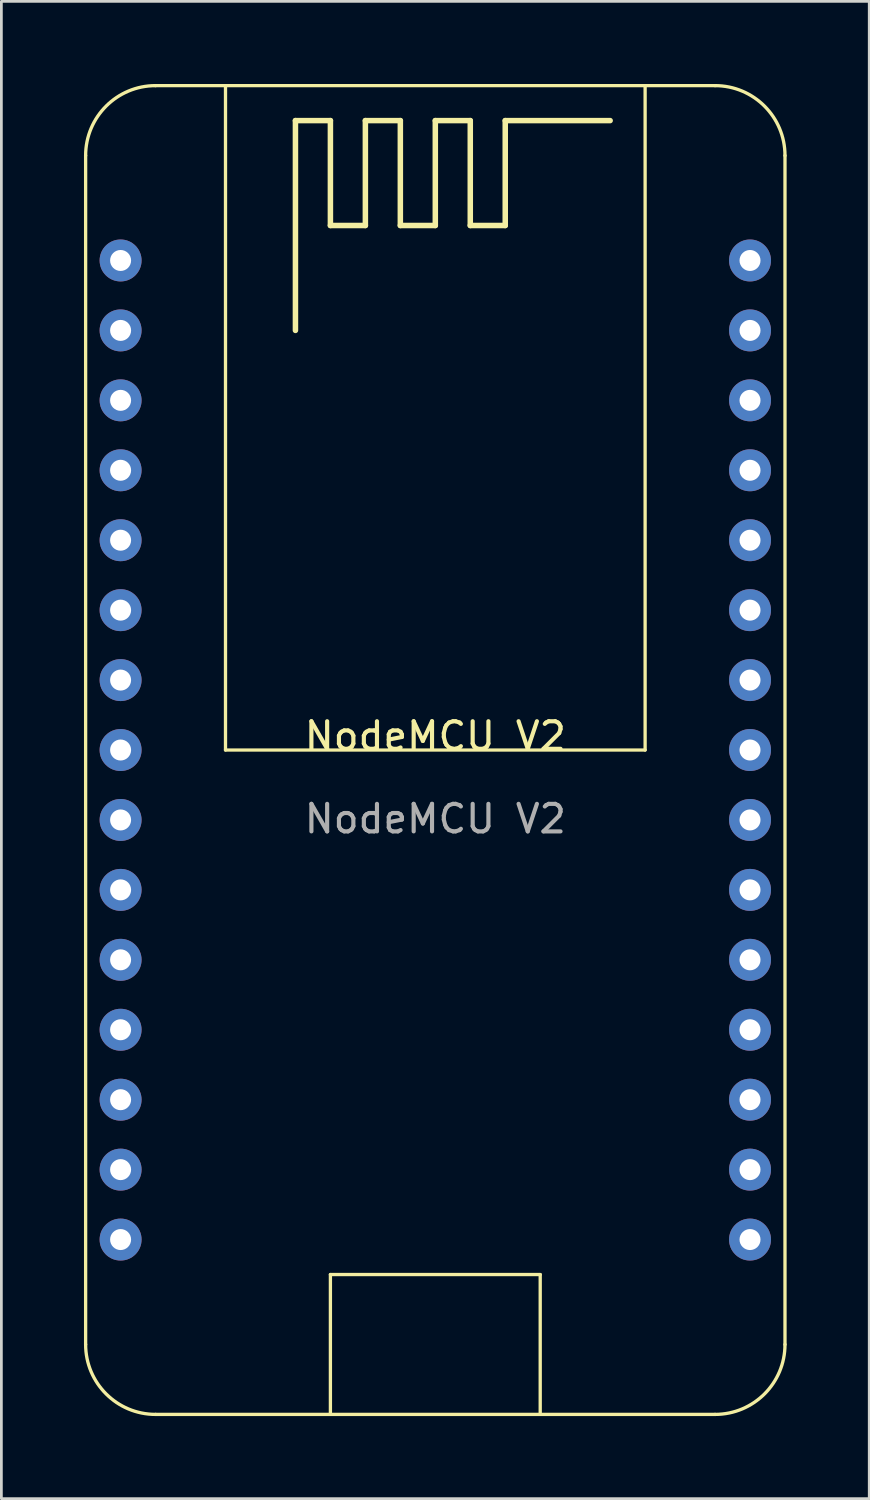
<source format=kicad_pcb>
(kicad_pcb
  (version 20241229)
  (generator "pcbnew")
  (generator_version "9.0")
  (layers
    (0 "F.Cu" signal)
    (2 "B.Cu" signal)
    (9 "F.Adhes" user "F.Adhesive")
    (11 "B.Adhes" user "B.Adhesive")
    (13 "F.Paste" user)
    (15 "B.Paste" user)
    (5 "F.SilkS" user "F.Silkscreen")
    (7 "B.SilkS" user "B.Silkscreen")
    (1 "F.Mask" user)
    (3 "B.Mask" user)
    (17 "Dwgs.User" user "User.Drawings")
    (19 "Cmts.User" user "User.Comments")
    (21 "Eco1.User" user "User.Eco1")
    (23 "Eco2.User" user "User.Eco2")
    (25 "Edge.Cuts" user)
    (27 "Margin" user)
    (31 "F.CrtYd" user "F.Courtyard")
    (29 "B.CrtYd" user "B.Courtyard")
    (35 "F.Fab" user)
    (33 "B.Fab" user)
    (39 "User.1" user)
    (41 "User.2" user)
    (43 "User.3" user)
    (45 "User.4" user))
  (footprint "NodeMCU V2"
    (layer "F.Cu")
    (at 12.76 24.19)
    (property "Reference" "NodeMCU V2" (at 0 -0.5 0) (unlocked yes) (layer "F.SilkS") (effects (font (size 1 1) (thickness 0.15))))
    (fp_line (start -12.7 -21.59) (end -12.7 21.59) (stroke (width 0.12) (type solid)) (layer "F.SilkS"))
    (fp_line (start -10.16 24.13) (end 10.16 24.13) (stroke (width 0.12) (type solid)) (layer "F.SilkS"))
    (fp_line (start -7.62 -24.13) (end -7.62 0) (stroke (width 0.12) (type solid)) (layer "F.SilkS"))
    (fp_line (start -7.62 0) (end 7.62 0) (stroke (width 0.12) (type solid)) (layer "F.SilkS"))
    (fp_line (start -5.08 -22.86) (end -5.08 -15.24) (stroke (width 0.2) (type solid)) (layer "F.SilkS"))
    (fp_line (start -3.81 -22.86) (end -5.08 -22.86) (stroke (width 0.2) (type solid)) (layer "F.SilkS"))
    (fp_line (start -3.81 -19.05) (end -3.81 -22.86) (stroke (width 0.2) (type solid)) (layer "F.SilkS"))
    (fp_line (start -3.81 19.05) (end 3.81 19.05) (stroke (width 0.12) (type solid)) (layer "F.SilkS"))
    (fp_line (start -3.81 24.13) (end -3.81 19.05) (stroke (width 0.12) (type solid)) (layer "F.SilkS"))
    (fp_line (start -2.54 -22.86) (end -2.54 -19.05) (stroke (width 0.2) (type solid)) (layer "F.SilkS"))
    (fp_line (start -2.54 -19.05) (end -3.81 -19.05) (stroke (width 0.2) (type solid)) (layer "F.SilkS"))
    (fp_line (start -1.27 -22.86) (end -2.54 -22.86) (stroke (width 0.2) (type solid)) (layer "F.SilkS"))
    (fp_line (start -1.27 -19.05) (end -1.27 -22.86) (stroke (width 0.2) (type solid)) (layer "F.SilkS"))
    (fp_line (start 0 -22.86) (end 0 -19.05) (stroke (width 0.2) (type solid)) (layer "F.SilkS"))
    (fp_line (start 0 -19.05) (end -1.27 -19.05) (stroke (width 0.2) (type solid)) (layer "F.SilkS"))
    (fp_line (start 1.27 -22.86) (end 0 -22.86) (stroke (width 0.2) (type solid)) (layer "F.SilkS"))
    (fp_line (start 1.27 -19.05) (end 1.27 -22.86) (stroke (width 0.2) (type solid)) (layer "F.SilkS"))
    (fp_line (start 2.54 -22.86) (end 2.54 -19.05) (stroke (width 0.2) (type solid)) (layer "F.SilkS"))
    (fp_line (start 2.54 -22.86) (end 6.35 -22.86) (stroke (width 0.2) (type solid)) (layer "F.SilkS"))
    (fp_line (start 2.54 -19.05) (end 1.27 -19.05) (stroke (width 0.2) (type solid)) (layer "F.SilkS"))
    (fp_line (start 3.81 19.05) (end 3.81 24.13) (stroke (width 0.12) (type solid)) (layer "F.SilkS"))
    (fp_line (start 7.62 0) (end 7.62 -24.13) (stroke (width 0.12) (type solid)) (layer "F.SilkS"))
    (fp_line (start 10.16 -24.13) (end -10.16 -24.13) (stroke (width 0.12) (type solid)) (layer "F.SilkS"))
    (fp_line (start 12.7 21.59) (end 12.7 -21.59) (stroke (width 0.12) (type solid)) (layer "F.SilkS"))
    (fp_arc (start -12.7 -21.59) (mid -11.956051 -23.386051) (end -10.16 -24.13) (stroke (width 0.12) (type solid)) (layer "F.SilkS"))
    (fp_arc (start -10.16 24.13) (mid -11.956051 23.386051) (end -12.7 21.59) (stroke (width 0.12) (type solid)) (layer "F.SilkS"))
    (fp_arc (start 10.16 -24.13) (mid 11.956051 -23.386051) (end 12.7 -21.59) (stroke (width 0.12) (type solid)) (layer "F.SilkS"))
    (fp_arc (start 12.7 21.59) (mid 11.956051 23.386051) (end 10.16 24.13) (stroke (width 0.12) (type solid)) (layer "F.SilkS"))
    (fp_text user "${REFERENCE}" (at 0 2.5 0) (unlocked yes) (layer "F.Fab") (effects (font (size 1 1) (thickness 0.15))))
    (pad "1" thru_hole circle (at -11.43 -17.78) (size 1.524 1.524) (drill 0.762) (layers "*.Cu" "*.Mask"))
    (pad "2" thru_hole circle (at -11.43 -15.24) (size 1.524 1.524) (drill 0.762) (layers "*.Cu" "*.Mask"))
    (pad "3" thru_hole circle (at -11.43 -12.7) (size 1.524 1.524) (drill 0.762) (layers "*.Cu" "*.Mask"))
    (pad "4" thru_hole circle (at -11.43 -10.16) (size 1.524 1.524) (drill 0.762) (layers "*.Cu" "*.Mask"))
    (pad "5" thru_hole circle (at -11.43 -7.62) (size 1.524 1.524) (drill 0.762) (layers "*.Cu" "*.Mask"))
    (pad "6" thru_hole circle (at -11.43 -5.08) (size 1.524 1.524) (drill 0.762) (layers "*.Cu" "*.Mask"))
    (pad "7" thru_hole circle (at -11.43 -2.54) (size 1.524 1.524) (drill 0.762) (layers "*.Cu" "*.Mask"))
    (pad "8" thru_hole circle (at -11.43 0) (size 1.524 1.524) (drill 0.762) (layers "*.Cu" "*.Mask"))
    (pad "9" thru_hole circle (at -11.43 2.54) (size 1.524 1.524) (drill 0.762) (layers "*.Cu" "*.Mask"))
    (pad "10" thru_hole circle (at -11.43 5.08) (size 1.524 1.524) (drill 0.762) (layers "*.Cu" "*.Mask"))
    (pad "11" thru_hole circle (at -11.43 7.62) (size 1.524 1.524) (drill 0.762) (layers "*.Cu" "*.Mask"))
    (pad "12" thru_hole circle (at -11.43 10.16) (size 1.524 1.524) (drill 0.762) (layers "*.Cu" "*.Mask"))
    (pad "13" thru_hole circle (at -11.43 12.7) (size 1.524 1.524) (drill 0.762) (layers "*.Cu" "*.Mask"))
    (pad "14" thru_hole circle (at -11.43 15.24) (size 1.524 1.524) (drill 0.762) (layers "*.Cu" "*.Mask"))
    (pad "15" thru_hole circle (at -11.43 17.78) (size 1.524 1.524) (drill 0.762) (layers "*.Cu" "*.Mask"))
    (pad "16" thru_hole circle (at 11.43 17.78) (size 1.524 1.524) (drill 0.762) (layers "*.Cu" "*.Mask"))
    (pad "17" thru_hole circle (at 11.43 15.24) (size 1.524 1.524) (drill 0.762) (layers "*.Cu" "*.Mask"))
    (pad "18" thru_hole circle (at 11.43 12.7) (size 1.524 1.524) (drill 0.762) (layers "*.Cu" "*.Mask"))
    (pad "19" thru_hole circle (at 11.43 10.16) (size 1.524 1.524) (drill 0.762) (layers "*.Cu" "*.Mask"))
    (pad "20" thru_hole circle (at 11.43 7.62) (size 1.524 1.524) (drill 0.762) (layers "*.Cu" "*.Mask"))
    (pad "21" thru_hole circle (at 11.43 5.08) (size 1.524 1.524) (drill 0.762) (layers "*.Cu" "*.Mask"))
    (pad "22" thru_hole circle (at 11.43 2.54) (size 1.524 1.524) (drill 0.762) (layers "*.Cu" "*.Mask"))
    (pad "23" thru_hole circle (at 11.43 0) (size 1.524 1.524) (drill 0.762) (layers "*.Cu" "*.Mask"))
    (pad "24" thru_hole circle (at 11.43 -2.54) (size 1.524 1.524) (drill 0.762) (layers "*.Cu" "*.Mask"))
    (pad "25" thru_hole circle (at 11.43 -5.08) (size 1.524 1.524) (drill 0.762) (layers "*.Cu" "*.Mask"))
    (pad "26" thru_hole circle (at 11.43 -7.62) (size 1.524 1.524) (drill 0.762) (layers "*.Cu" "*.Mask"))
    (pad "27" thru_hole circle (at 11.43 -10.16) (size 1.524 1.524) (drill 0.762) (layers "*.Cu" "*.Mask"))
    (pad "28" thru_hole circle (at 11.43 -12.7) (size 1.524 1.524) (drill 0.762) (layers "*.Cu" "*.Mask"))
    (pad "29" thru_hole circle (at 11.43 -15.24) (size 1.524 1.524) (drill 0.762) (layers "*.Cu" "*.Mask"))
    (pad "30" thru_hole circle (at 11.43 -17.78) (size 1.524 1.524) (drill 0.762) (layers "*.Cu" "*.Mask")))
  (gr_rect
    (start -3 -3)
    (end 28.52 51.38)
    (stroke (width 0.1) (type default))
    (fill no)
    (layer "Edge.Cuts")))
</source>
